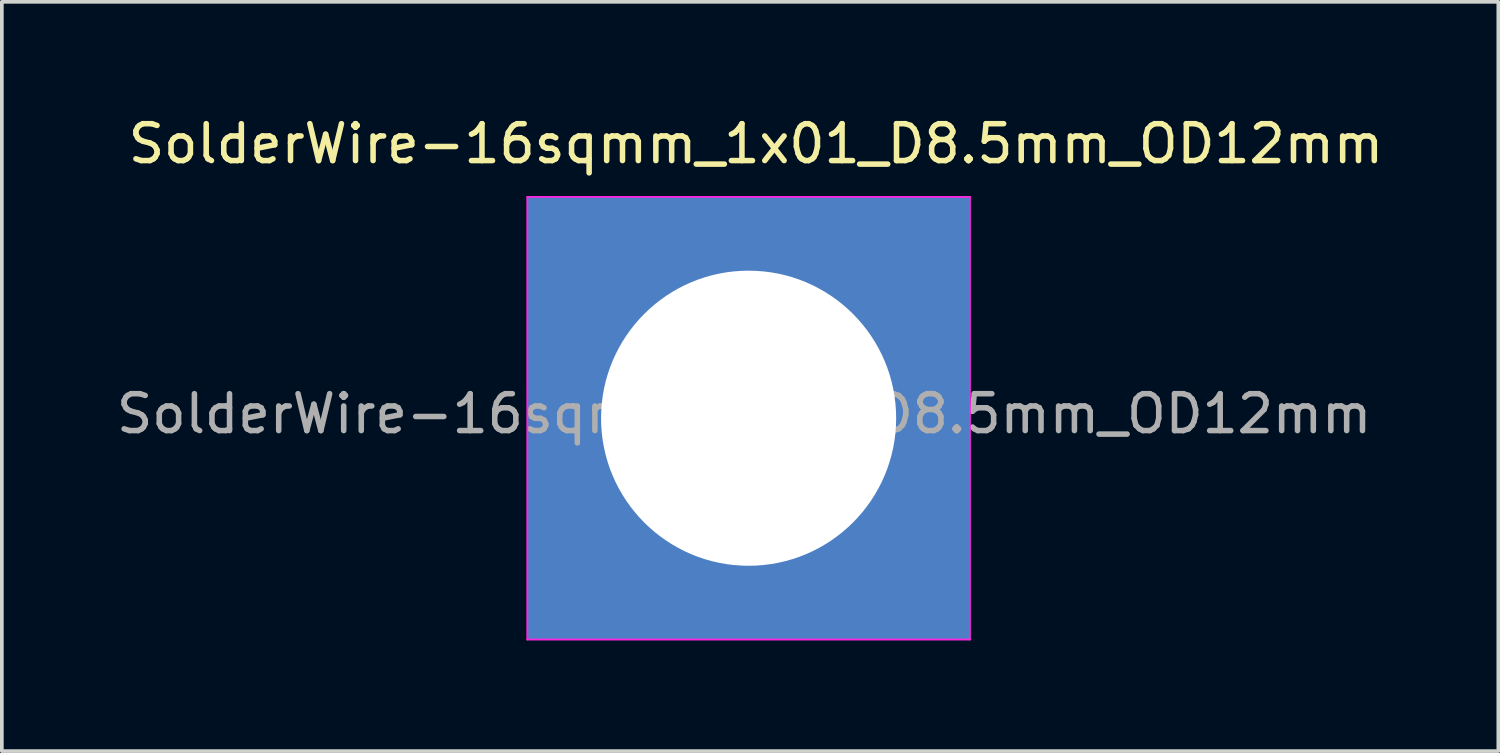
<source format=kicad_pcb>
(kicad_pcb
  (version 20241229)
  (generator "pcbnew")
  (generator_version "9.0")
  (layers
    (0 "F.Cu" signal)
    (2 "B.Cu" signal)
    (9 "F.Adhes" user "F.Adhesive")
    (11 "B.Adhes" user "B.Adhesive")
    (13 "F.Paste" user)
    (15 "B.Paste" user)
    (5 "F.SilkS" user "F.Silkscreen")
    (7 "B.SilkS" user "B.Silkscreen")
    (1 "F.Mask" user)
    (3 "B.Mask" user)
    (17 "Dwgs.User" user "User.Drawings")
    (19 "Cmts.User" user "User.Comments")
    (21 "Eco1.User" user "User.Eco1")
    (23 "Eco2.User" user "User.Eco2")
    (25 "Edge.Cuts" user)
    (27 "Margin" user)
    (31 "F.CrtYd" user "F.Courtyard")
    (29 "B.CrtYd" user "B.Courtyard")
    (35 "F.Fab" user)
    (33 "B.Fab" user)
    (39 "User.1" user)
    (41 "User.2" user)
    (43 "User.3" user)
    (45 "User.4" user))
  (footprint "SolderWire-16sqmm_1x01_D8.5mm_OD12mm"
    (layer "F.Cu")
    (at 17.245 8.288)
    (property "Reference" "SolderWire-16sqmm_1x01_D8.5mm_OD12mm" (at 0.2 -7.44 0) (layer "F.SilkS") (effects (font (size 1 1) (thickness 0.15))))
    (attr exclude_from_pos_files exclude_from_bom)
    (fp_line (start -6 -6) (end -6 6) (stroke (width 0.05) (type solid)) (layer "F.CrtYd"))
    (fp_line (start -6 6) (end 6 6) (stroke (width 0.05) (type solid)) (layer "F.CrtYd"))
    (fp_line (start 6 -6) (end -6 -6) (stroke (width 0.05) (type solid)) (layer "F.CrtYd"))
    (fp_line (start 6 6) (end 6 -6) (stroke (width 0.05) (type solid)) (layer "F.CrtYd"))
    (fp_circle (center -0.12 -0.12) (end 2.08 -0.12) (stroke (width 0.1) (type solid)) (fill no) (layer "F.Fab"))
    (fp_text user "${REFERENCE}" (at -0.12 -0.12 0) (layer "F.Fab") (effects (font (size 1 1) (thickness 0.15))))
    (pad "1" thru_hole rect (at 0 0) (size 12 12) (drill 8) (layers "*.Cu" "*.Mask")))
  (gr_rect
    (start -3 -3)
    (end 37.57 17.313)
    (stroke (width 0.1) (type default))
    (fill no)
    (layer "Edge.Cuts")))
</source>
